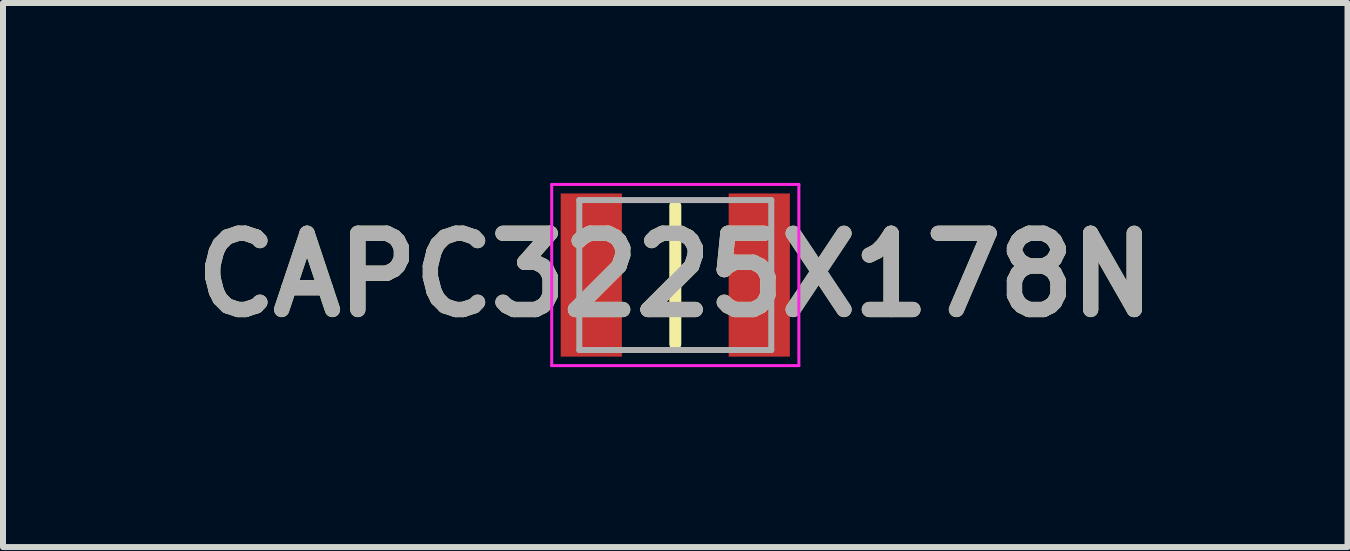
<source format=kicad_pcb>
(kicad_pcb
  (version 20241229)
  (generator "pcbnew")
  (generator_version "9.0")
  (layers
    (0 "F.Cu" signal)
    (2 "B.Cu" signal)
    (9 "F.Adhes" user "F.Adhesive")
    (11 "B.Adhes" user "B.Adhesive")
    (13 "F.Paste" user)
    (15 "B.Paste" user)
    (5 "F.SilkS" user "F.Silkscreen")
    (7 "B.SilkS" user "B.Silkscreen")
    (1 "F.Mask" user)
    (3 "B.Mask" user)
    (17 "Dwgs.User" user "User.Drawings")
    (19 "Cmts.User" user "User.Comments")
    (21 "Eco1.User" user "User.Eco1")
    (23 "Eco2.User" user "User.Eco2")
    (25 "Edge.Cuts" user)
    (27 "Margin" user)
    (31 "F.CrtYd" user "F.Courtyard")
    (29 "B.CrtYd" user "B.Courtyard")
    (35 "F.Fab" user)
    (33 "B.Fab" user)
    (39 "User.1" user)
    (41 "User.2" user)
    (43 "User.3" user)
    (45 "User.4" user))
  (footprint "CAPC3225X178N"
    (layer "F.Cu")
    (at 8.207 1.535)
    (property "Reference" "CAPC3225X178N" (at 0 0 0) (layer "F.SilkS") (effects (font (size 1.27 1.27) (thickness 0.254))))
    (attr smd)
    (fp_line (start 0 -1.15) (end 0 1.15) (stroke (width 0.2) (type solid)) (layer "F.SilkS"))
    (fp_line (start -2.06 -1.51) (end 2.06 -1.51) (stroke (width 0.05) (type solid)) (layer "F.CrtYd"))
    (fp_line (start -2.06 1.51) (end -2.06 -1.51) (stroke (width 0.05) (type solid)) (layer "F.CrtYd"))
    (fp_line (start 2.06 -1.51) (end 2.06 1.51) (stroke (width 0.05) (type solid)) (layer "F.CrtYd"))
    (fp_line (start 2.06 1.51) (end -2.06 1.51) (stroke (width 0.05) (type solid)) (layer "F.CrtYd"))
    (fp_line (start -1.6 -1.25) (end 1.6 -1.25) (stroke (width 0.1) (type solid)) (layer "F.Fab"))
    (fp_line (start -1.6 1.25) (end -1.6 -1.25) (stroke (width 0.1) (type solid)) (layer "F.Fab"))
    (fp_line (start 1.6 -1.25) (end 1.6 1.25) (stroke (width 0.1) (type solid)) (layer "F.Fab"))
    (fp_line (start 1.6 1.25) (end -1.6 1.25) (stroke (width 0.1) (type solid)) (layer "F.Fab"))
    (fp_text user "${REFERENCE}" (at 0 0 0) (layer "F.Fab") (effects (font (size 1.27 1.27) (thickness 0.254))))
    (pad "1" smd rect (at -1.4 0) (size 1.02 2.72) (layers "F.Cu" "F.Mask" "F.Paste"))
    (pad "2" smd rect (at 1.4 0) (size 1.02 2.72) (layers "F.Cu" "F.Mask" "F.Paste")))
  (gr_rect
    (start -3 -3)
    (end 19.413 6.07)
    (stroke (width 0.1) (type default))
    (fill no)
    (layer "Edge.Cuts")))
</source>
